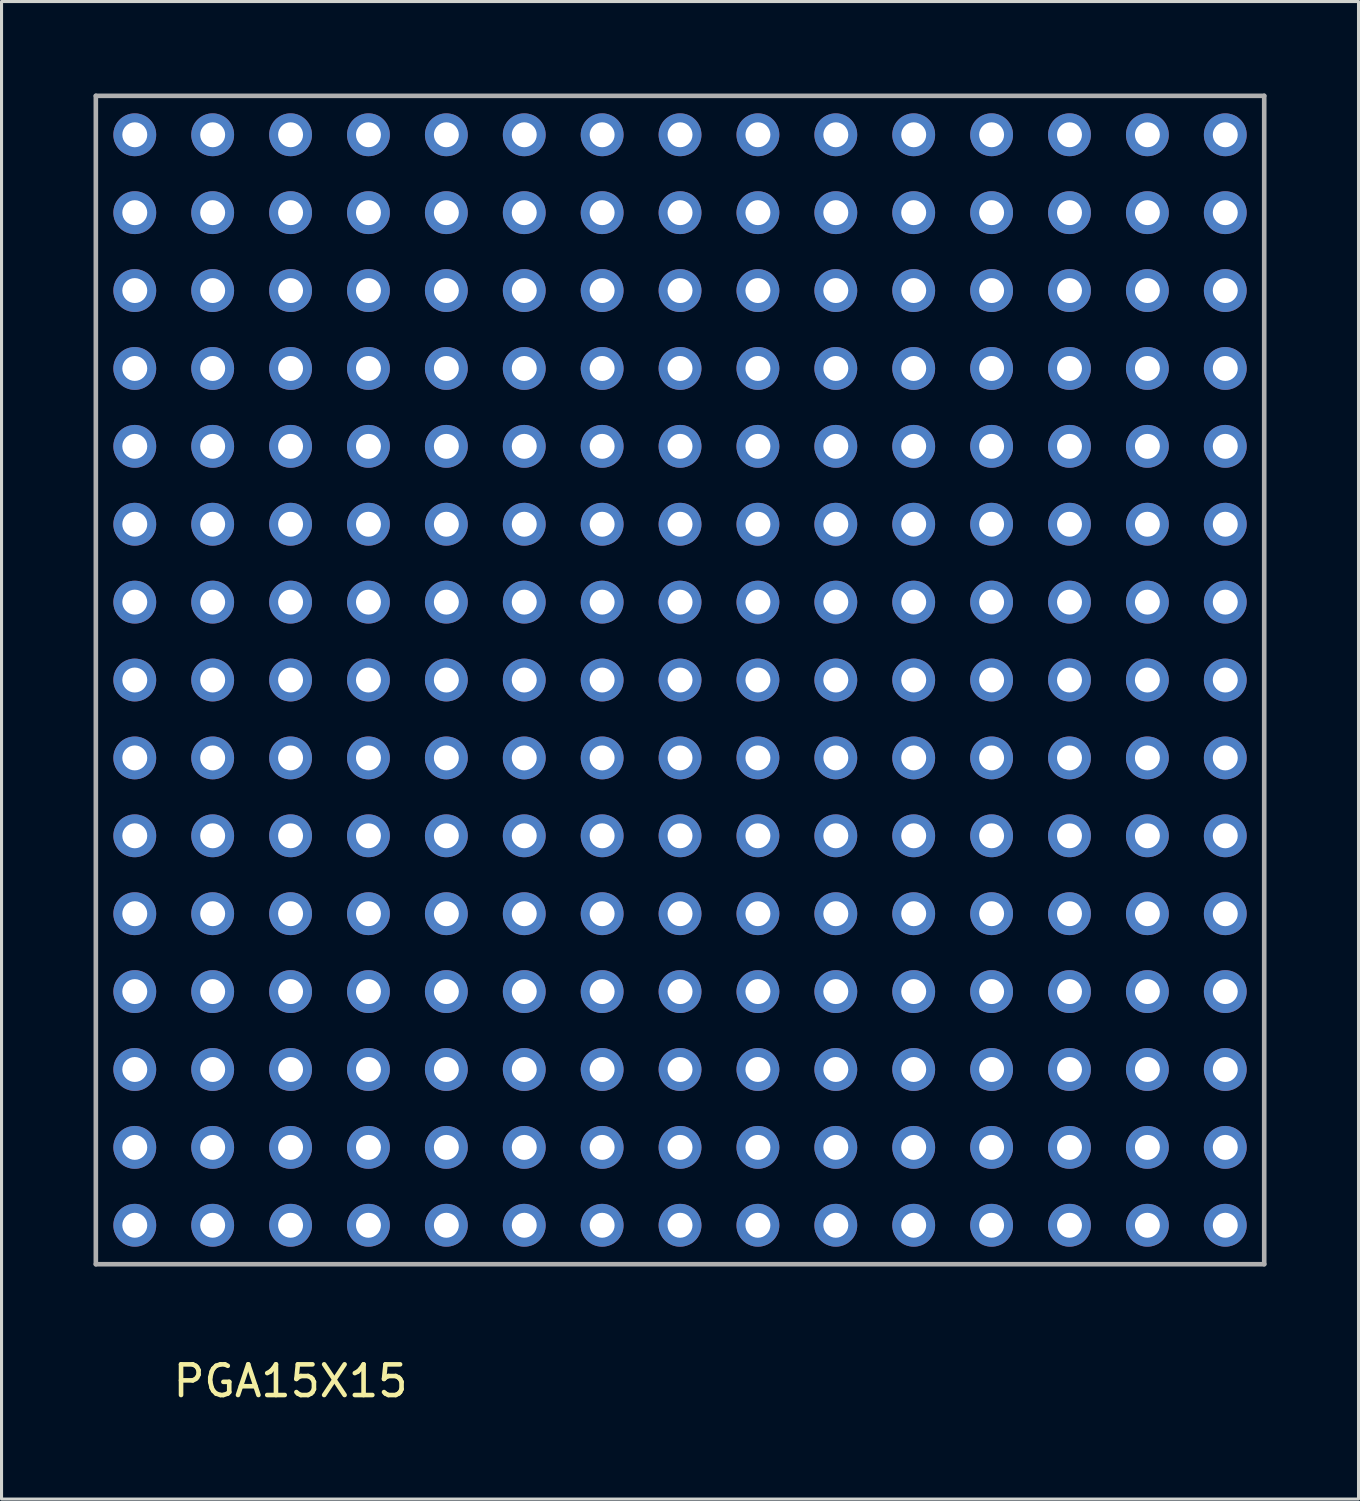
<source format=kicad_pcb>
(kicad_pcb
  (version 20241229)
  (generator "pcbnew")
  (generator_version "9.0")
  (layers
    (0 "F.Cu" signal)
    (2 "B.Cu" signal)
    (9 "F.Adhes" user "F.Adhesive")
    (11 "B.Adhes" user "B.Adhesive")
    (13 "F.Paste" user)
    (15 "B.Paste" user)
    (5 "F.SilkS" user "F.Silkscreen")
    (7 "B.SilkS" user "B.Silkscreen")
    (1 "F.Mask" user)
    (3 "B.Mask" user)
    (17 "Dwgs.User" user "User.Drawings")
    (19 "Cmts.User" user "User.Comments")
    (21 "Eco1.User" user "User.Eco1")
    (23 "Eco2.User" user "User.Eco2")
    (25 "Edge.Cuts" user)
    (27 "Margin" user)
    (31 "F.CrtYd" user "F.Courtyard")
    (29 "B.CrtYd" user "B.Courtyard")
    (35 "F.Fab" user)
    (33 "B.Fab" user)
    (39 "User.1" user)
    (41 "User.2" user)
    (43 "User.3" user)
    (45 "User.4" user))
  (footprint "PGA15X15"
    (layer "F.Cu")
    (at 19.125 19.125)
    (property "Reference" "PGA15X15" (at -12.7 22.86 0) (layer "F.SilkS") (effects (font (size 1 1) (thickness 0.15))))
    (attr through_hole)
    (fp_line (start -19.05 -19.05) (end -19.05 19.05) (stroke (width 0.15) (type solid)) (layer "F.Fab"))
    (fp_line (start -19.05 19.05) (end 19.05 19.05) (stroke (width 0.15) (type solid)) (layer "F.Fab"))
    (fp_line (start 19.05 -19.05) (end -19.05 -19.05) (stroke (width 0.15) (type solid)) (layer "F.Fab"))
    (fp_line (start 19.05 19.05) (end 19.05 -19.05) (stroke (width 0.15) (type solid)) (layer "F.Fab"))
    (pad "1" thru_hole circle (at -17.78 -17.78) (size 1.397 1.397) (drill 0.813) (layers "*.Cu" "*.Mask"))
    (pad "A2" thru_hole circle (at -15.24 -17.78) (size 1.397 1.397) (drill 0.813) (layers "*.Cu" "*.Mask"))
    (pad "A3" thru_hole circle (at -12.7 -17.78) (size 1.397 1.397) (drill 0.813) (layers "*.Cu" "*.Mask"))
    (pad "A4" thru_hole circle (at -10.16 -17.78) (size 1.397 1.397) (drill 0.813) (layers "*.Cu" "*.Mask"))
    (pad "A5" thru_hole circle (at -7.62 -17.78) (size 1.397 1.397) (drill 0.813) (layers "*.Cu" "*.Mask"))
    (pad "A6" thru_hole circle (at -5.08 -17.78) (size 1.397 1.397) (drill 0.813) (layers "*.Cu" "*.Mask"))
    (pad "A7" thru_hole circle (at -2.54 -17.78) (size 1.397 1.397) (drill 0.813) (layers "*.Cu" "*.Mask"))
    (pad "A8" thru_hole circle (at 0 -17.78) (size 1.397 1.397) (drill 0.813) (layers "*.Cu" "*.Mask"))
    (pad "A9" thru_hole circle (at 2.54 -17.78) (size 1.397 1.397) (drill 0.813) (layers "*.Cu" "*.Mask"))
    (pad "A10" thru_hole circle (at 5.08 -17.78) (size 1.397 1.397) (drill 0.813) (layers "*.Cu" "*.Mask"))
    (pad "A11" thru_hole circle (at 7.62 -17.78) (size 1.397 1.397) (drill 0.813) (layers "*.Cu" "*.Mask"))
    (pad "A12" thru_hole circle (at 10.16 -17.78) (size 1.397 1.397) (drill 0.813) (layers "*.Cu" "*.Mask"))
    (pad "A13" thru_hole circle (at 12.7 -17.78) (size 1.397 1.397) (drill 0.813) (layers "*.Cu" "*.Mask"))
    (pad "A14" thru_hole circle (at 15.24 -17.78) (size 1.397 1.397) (drill 0.813) (layers "*.Cu" "*.Mask"))
    (pad "A15" thru_hole circle (at 17.78 -17.78) (size 1.397 1.397) (drill 0.813) (layers "*.Cu" "*.Mask"))
    (pad "B1" thru_hole circle (at -17.78 -15.24) (size 1.397 1.397) (drill 0.813) (layers "*.Cu" "*.Mask"))
    (pad "B2" thru_hole circle (at -15.24 -15.24) (size 1.397 1.397) (drill 0.813) (layers "*.Cu" "*.Mask"))
    (pad "B3" thru_hole circle (at -12.7 -15.24) (size 1.397 1.397) (drill 0.813) (layers "*.Cu" "*.Mask"))
    (pad "B4" thru_hole circle (at -10.16 -15.24) (size 1.397 1.397) (drill 0.813) (layers "*.Cu" "*.Mask"))
    (pad "B5" thru_hole circle (at -7.62 -15.24) (size 1.397 1.397) (drill 0.813) (layers "*.Cu" "*.Mask"))
    (pad "B6" thru_hole circle (at -5.08 -15.24) (size 1.397 1.397) (drill 0.813) (layers "*.Cu" "*.Mask"))
    (pad "B7" thru_hole circle (at -2.54 -15.24) (size 1.397 1.397) (drill 0.813) (layers "*.Cu" "*.Mask"))
    (pad "B8" thru_hole circle (at 0 -15.24) (size 1.397 1.397) (drill 0.813) (layers "*.Cu" "*.Mask"))
    (pad "B9" thru_hole circle (at 2.54 -15.24) (size 1.397 1.397) (drill 0.813) (layers "*.Cu" "*.Mask"))
    (pad "B10" thru_hole circle (at 5.08 -15.24) (size 1.397 1.397) (drill 0.813) (layers "*.Cu" "*.Mask"))
    (pad "B11" thru_hole circle (at 7.62 -15.24) (size 1.397 1.397) (drill 0.813) (layers "*.Cu" "*.Mask"))
    (pad "B12" thru_hole circle (at 10.16 -15.24) (size 1.397 1.397) (drill 0.813) (layers "*.Cu" "*.Mask"))
    (pad "B13" thru_hole circle (at 12.7 -15.24) (size 1.397 1.397) (drill 0.813) (layers "*.Cu" "*.Mask"))
    (pad "B14" thru_hole circle (at 15.24 -15.24) (size 1.397 1.397) (drill 0.813) (layers "*.Cu" "*.Mask"))
    (pad "B15" thru_hole circle (at 17.78 -15.24) (size 1.397 1.397) (drill 0.813) (layers "*.Cu" "*.Mask"))
    (pad "C1" thru_hole circle (at -17.78 -12.7) (size 1.397 1.397) (drill 0.813) (layers "*.Cu" "*.Mask"))
    (pad "C2" thru_hole circle (at -15.24 -12.7) (size 1.397 1.397) (drill 0.813) (layers "*.Cu" "*.Mask"))
    (pad "C3" thru_hole circle (at -12.7 -12.7) (size 1.397 1.397) (drill 0.813) (layers "*.Cu" "*.Mask"))
    (pad "C4" thru_hole circle (at -10.16 -12.7) (size 1.397 1.397) (drill 0.813) (layers "*.Cu" "*.Mask"))
    (pad "C5" thru_hole circle (at -7.62 -12.7) (size 1.397 1.397) (drill 0.813) (layers "*.Cu" "*.Mask"))
    (pad "C6" thru_hole circle (at -5.08 -12.7) (size 1.397 1.397) (drill 0.813) (layers "*.Cu" "*.Mask"))
    (pad "C7" thru_hole circle (at -2.54 -12.7) (size 1.397 1.397) (drill 0.813) (layers "*.Cu" "*.Mask"))
    (pad "C8" thru_hole circle (at 0 -12.7) (size 1.397 1.397) (drill 0.813) (layers "*.Cu" "*.Mask"))
    (pad "C9" thru_hole circle (at 2.54 -12.7) (size 1.397 1.397) (drill 0.813) (layers "*.Cu" "*.Mask"))
    (pad "C10" thru_hole circle (at 5.08 -12.7) (size 1.397 1.397) (drill 0.813) (layers "*.Cu" "*.Mask"))
    (pad "C11" thru_hole circle (at 7.62 -12.7) (size 1.397 1.397) (drill 0.813) (layers "*.Cu" "*.Mask"))
    (pad "C12" thru_hole circle (at 10.16 -12.7) (size 1.397 1.397) (drill 0.813) (layers "*.Cu" "*.Mask"))
    (pad "C13" thru_hole circle (at 12.7 -12.7) (size 1.397 1.397) (drill 0.813) (layers "*.Cu" "*.Mask"))
    (pad "C14" thru_hole circle (at 15.24 -12.7) (size 1.397 1.397) (drill 0.813) (layers "*.Cu" "*.Mask"))
    (pad "C15" thru_hole circle (at 17.78 -12.7) (size 1.397 1.397) (drill 0.813) (layers "*.Cu" "*.Mask"))
    (pad "D1" thru_hole circle (at -17.78 -10.16) (size 1.397 1.397) (drill 0.813) (layers "*.Cu" "*.Mask"))
    (pad "D2" thru_hole circle (at -15.24 -10.16) (size 1.397 1.397) (drill 0.813) (layers "*.Cu" "*.Mask"))
    (pad "D3" thru_hole circle (at -12.7 -10.16) (size 1.397 1.397) (drill 0.813) (layers "*.Cu" "*.Mask"))
    (pad "D4" thru_hole circle (at -10.16 -10.16) (size 1.397 1.397) (drill 0.813) (layers "*.Cu" "*.Mask"))
    (pad "D5" thru_hole circle (at -7.62 -10.16) (size 1.397 1.397) (drill 0.813) (layers "*.Cu" "*.Mask"))
    (pad "D6" thru_hole circle (at -5.08 -10.16) (size 1.397 1.397) (drill 0.813) (layers "*.Cu" "*.Mask"))
    (pad "D7" thru_hole circle (at -2.54 -10.16) (size 1.397 1.397) (drill 0.813) (layers "*.Cu" "*.Mask"))
    (pad "D8" thru_hole circle (at 0 -10.16) (size 1.397 1.397) (drill 0.813) (layers "*.Cu" "*.Mask"))
    (pad "D9" thru_hole circle (at 2.54 -10.16) (size 1.397 1.397) (drill 0.813) (layers "*.Cu" "*.Mask"))
    (pad "D10" thru_hole circle (at 5.08 -10.16) (size 1.397 1.397) (drill 0.813) (layers "*.Cu" "*.Mask"))
    (pad "D11" thru_hole circle (at 7.62 -10.16) (size 1.397 1.397) (drill 0.813) (layers "*.Cu" "*.Mask"))
    (pad "D12" thru_hole circle (at 10.16 -10.16) (size 1.397 1.397) (drill 0.813) (layers "*.Cu" "*.Mask"))
    (pad "D13" thru_hole circle (at 12.7 -10.16) (size 1.397 1.397) (drill 0.813) (layers "*.Cu" "*.Mask"))
    (pad "D14" thru_hole circle (at 15.24 -10.16) (size 1.397 1.397) (drill 0.813) (layers "*.Cu" "*.Mask"))
    (pad "D15" thru_hole circle (at 17.78 -10.16) (size 1.397 1.397) (drill 0.813) (layers "*.Cu" "*.Mask"))
    (pad "E1" thru_hole circle (at -17.78 -7.62) (size 1.397 1.397) (drill 0.813) (layers "*.Cu" "*.Mask"))
    (pad "E2" thru_hole circle (at -15.24 -7.62) (size 1.397 1.397) (drill 0.813) (layers "*.Cu" "*.Mask"))
    (pad "E3" thru_hole circle (at -12.7 -7.62) (size 1.397 1.397) (drill 0.813) (layers "*.Cu" "*.Mask"))
    (pad "E4" thru_hole circle (at -10.16 -7.62) (size 1.397 1.397) (drill 0.813) (layers "*.Cu" "*.Mask"))
    (pad "E5" thru_hole circle (at -7.62 -7.62) (size 1.397 1.397) (drill 0.813) (layers "*.Cu" "*.Mask"))
    (pad "E6" thru_hole circle (at -5.08 -7.62) (size 1.397 1.397) (drill 0.813) (layers "*.Cu" "*.Mask"))
    (pad "E7" thru_hole circle (at -2.54 -7.62) (size 1.397 1.397) (drill 0.813) (layers "*.Cu" "*.Mask"))
    (pad "E8" thru_hole circle (at 0 -7.62) (size 1.397 1.397) (drill 0.813) (layers "*.Cu" "*.Mask"))
    (pad "E9" thru_hole circle (at 2.54 -7.62) (size 1.397 1.397) (drill 0.813) (layers "*.Cu" "*.Mask"))
    (pad "E10" thru_hole circle (at 5.08 -7.62) (size 1.397 1.397) (drill 0.813) (layers "*.Cu" "*.Mask"))
    (pad "E11" thru_hole circle (at 7.62 -7.62) (size 1.397 1.397) (drill 0.813) (layers "*.Cu" "*.Mask"))
    (pad "E12" thru_hole circle (at 10.16 -7.62) (size 1.397 1.397) (drill 0.813) (layers "*.Cu" "*.Mask"))
    (pad "E13" thru_hole circle (at 12.7 -7.62) (size 1.397 1.397) (drill 0.813) (layers "*.Cu" "*.Mask"))
    (pad "E14" thru_hole circle (at 15.24 -7.62) (size 1.397 1.397) (drill 0.813) (layers "*.Cu" "*.Mask"))
    (pad "E15" thru_hole circle (at 17.78 -7.62) (size 1.397 1.397) (drill 0.813) (layers "*.Cu" "*.Mask"))
    (pad "F1" thru_hole circle (at -17.78 -5.08) (size 1.397 1.397) (drill 0.813) (layers "*.Cu" "*.Mask"))
    (pad "F2" thru_hole circle (at -15.24 -5.08) (size 1.397 1.397) (drill 0.813) (layers "*.Cu" "*.Mask"))
    (pad "F3" thru_hole circle (at -12.7 -5.08) (size 1.397 1.397) (drill 0.813) (layers "*.Cu" "*.Mask"))
    (pad "F4" thru_hole circle (at -10.16 -5.08) (size 1.397 1.397) (drill 0.813) (layers "*.Cu" "*.Mask"))
    (pad "F5" thru_hole circle (at -7.62 -5.08) (size 1.397 1.397) (drill 0.813) (layers "*.Cu" "*.Mask"))
    (pad "F6" thru_hole circle (at -5.08 -5.08) (size 1.397 1.397) (drill 0.813) (layers "*.Cu" "*.Mask"))
    (pad "F7" thru_hole circle (at -2.54 -5.08) (size 1.397 1.397) (drill 0.813) (layers "*.Cu" "*.Mask"))
    (pad "F8" thru_hole circle (at 0 -5.08) (size 1.397 1.397) (drill 0.813) (layers "*.Cu" "*.Mask"))
    (pad "F9" thru_hole circle (at 2.54 -5.08) (size 1.397 1.397) (drill 0.813) (layers "*.Cu" "*.Mask"))
    (pad "F10" thru_hole circle (at 5.08 -5.08) (size 1.397 1.397) (drill 0.813) (layers "*.Cu" "*.Mask"))
    (pad "F11" thru_hole circle (at 7.62 -5.08) (size 1.397 1.397) (drill 0.813) (layers "*.Cu" "*.Mask"))
    (pad "F12" thru_hole circle (at 10.16 -5.08) (size 1.397 1.397) (drill 0.813) (layers "*.Cu" "*.Mask"))
    (pad "F13" thru_hole circle (at 12.7 -5.08) (size 1.397 1.397) (drill 0.813) (layers "*.Cu" "*.Mask"))
    (pad "F14" thru_hole circle (at 15.24 -5.08) (size 1.397 1.397) (drill 0.813) (layers "*.Cu" "*.Mask"))
    (pad "F15" thru_hole circle (at 17.78 -5.08) (size 1.397 1.397) (drill 0.813) (layers "*.Cu" "*.Mask"))
    (pad "G1" thru_hole circle (at -17.78 -2.54) (size 1.397 1.397) (drill 0.813) (layers "*.Cu" "*.Mask"))
    (pad "G2" thru_hole circle (at -15.24 -2.54) (size 1.397 1.397) (drill 0.813) (layers "*.Cu" "*.Mask"))
    (pad "G3" thru_hole circle (at -12.7 -2.54) (size 1.397 1.397) (drill 0.813) (layers "*.Cu" "*.Mask"))
    (pad "G4" thru_hole circle (at -10.16 -2.54) (size 1.397 1.397) (drill 0.813) (layers "*.Cu" "*.Mask"))
    (pad "G5" thru_hole circle (at -7.62 -2.54) (size 1.397 1.397) (drill 0.813) (layers "*.Cu" "*.Mask"))
    (pad "G6" thru_hole circle (at -5.08 -2.54) (size 1.397 1.397) (drill 0.813) (layers "*.Cu" "*.Mask"))
    (pad "G7" thru_hole circle (at -2.54 -2.54) (size 1.397 1.397) (drill 0.813) (layers "*.Cu" "*.Mask"))
    (pad "G8" thru_hole circle (at 0 -2.54) (size 1.397 1.397) (drill 0.813) (layers "*.Cu" "*.Mask"))
    (pad "G9" thru_hole circle (at 2.54 -2.54) (size 1.397 1.397) (drill 0.813) (layers "*.Cu" "*.Mask"))
    (pad "G10" thru_hole circle (at 5.08 -2.54) (size 1.397 1.397) (drill 0.813) (layers "*.Cu" "*.Mask"))
    (pad "G11" thru_hole circle (at 7.62 -2.54) (size 1.397 1.397) (drill 0.813) (layers "*.Cu" "*.Mask"))
    (pad "G12" thru_hole circle (at 10.16 -2.54) (size 1.397 1.397) (drill 0.813) (layers "*.Cu" "*.Mask"))
    (pad "G13" thru_hole circle (at 12.7 -2.54) (size 1.397 1.397) (drill 0.813) (layers "*.Cu" "*.Mask"))
    (pad "G14" thru_hole circle (at 15.24 -2.54) (size 1.397 1.397) (drill 0.813) (layers "*.Cu" "*.Mask"))
    (pad "G15" thru_hole circle (at 17.78 -2.54) (size 1.397 1.397) (drill 0.813) (layers "*.Cu" "*.Mask"))
    (pad "H1" thru_hole circle (at -17.78 0) (size 1.397 1.397) (drill 0.813) (layers "*.Cu" "*.Mask"))
    (pad "H2" thru_hole circle (at -15.24 0) (size 1.397 1.397) (drill 0.813) (layers "*.Cu" "*.Mask"))
    (pad "H3" thru_hole circle (at -12.7 0) (size 1.397 1.397) (drill 0.813) (layers "*.Cu" "*.Mask"))
    (pad "H4" thru_hole circle (at -10.16 0) (size 1.397 1.397) (drill 0.813) (layers "*.Cu" "*.Mask"))
    (pad "H5" thru_hole circle (at -7.62 0) (size 1.397 1.397) (drill 0.813) (layers "*.Cu" "*.Mask"))
    (pad "H6" thru_hole circle (at -5.08 0) (size 1.397 1.397) (drill 0.813) (layers "*.Cu" "*.Mask"))
    (pad "H7" thru_hole circle (at -2.54 0) (size 1.397 1.397) (drill 0.813) (layers "*.Cu" "*.Mask"))
    (pad "H8" thru_hole circle (at 0 0) (size 1.397 1.397) (drill 0.813) (layers "*.Cu" "*.Mask"))
    (pad "H9" thru_hole circle (at 2.54 0) (size 1.397 1.397) (drill 0.813) (layers "*.Cu" "*.Mask"))
    (pad "H10" thru_hole circle (at 5.08 0) (size 1.397 1.397) (drill 0.813) (layers "*.Cu" "*.Mask"))
    (pad "H11" thru_hole circle (at 7.62 0) (size 1.397 1.397) (drill 0.813) (layers "*.Cu" "*.Mask"))
    (pad "H12" thru_hole circle (at 10.16 0) (size 1.397 1.397) (drill 0.813) (layers "*.Cu" "*.Mask"))
    (pad "H13" thru_hole circle (at 12.7 0) (size 1.397 1.397) (drill 0.813) (layers "*.Cu" "*.Mask"))
    (pad "H14" thru_hole circle (at 15.24 0) (size 1.397 1.397) (drill 0.813) (layers "*.Cu" "*.Mask"))
    (pad "H15" thru_hole circle (at 17.78 0) (size 1.397 1.397) (drill 0.813) (layers "*.Cu" "*.Mask"))
    (pad "J1" thru_hole circle (at -17.78 2.54) (size 1.397 1.397) (drill 0.813) (layers "*.Cu" "*.Mask"))
    (pad "J2" thru_hole circle (at -15.24 2.54) (size 1.397 1.397) (drill 0.813) (layers "*.Cu" "*.Mask"))
    (pad "J3" thru_hole circle (at -12.7 2.54) (size 1.397 1.397) (drill 0.813) (layers "*.Cu" "*.Mask"))
    (pad "J4" thru_hole circle (at -10.16 2.54) (size 1.397 1.397) (drill 0.813) (layers "*.Cu" "*.Mask"))
    (pad "J5" thru_hole circle (at -7.62 2.54) (size 1.397 1.397) (drill 0.813) (layers "*.Cu" "*.Mask"))
    (pad "J6" thru_hole circle (at -5.08 2.54) (size 1.397 1.397) (drill 0.813) (layers "*.Cu" "*.Mask"))
    (pad "J7" thru_hole circle (at -2.54 2.54) (size 1.397 1.397) (drill 0.813) (layers "*.Cu" "*.Mask"))
    (pad "J8" thru_hole circle (at 0 2.54) (size 1.397 1.397) (drill 0.813) (layers "*.Cu" "*.Mask"))
    (pad "J9" thru_hole circle (at 2.54 2.54) (size 1.397 1.397) (drill 0.813) (layers "*.Cu" "*.Mask"))
    (pad "J10" thru_hole circle (at 5.08 2.54) (size 1.397 1.397) (drill 0.813) (layers "*.Cu" "*.Mask"))
    (pad "J11" thru_hole circle (at 7.62 2.54) (size 1.397 1.397) (drill 0.813) (layers "*.Cu" "*.Mask"))
    (pad "J12" thru_hole circle (at 10.16 2.54) (size 1.397 1.397) (drill 0.813) (layers "*.Cu" "*.Mask"))
    (pad "J13" thru_hole circle (at 12.7 2.54) (size 1.397 1.397) (drill 0.813) (layers "*.Cu" "*.Mask"))
    (pad "J14" thru_hole circle (at 15.24 2.54) (size 1.397 1.397) (drill 0.813) (layers "*.Cu" "*.Mask"))
    (pad "J15" thru_hole circle (at 17.78 2.54) (size 1.397 1.397) (drill 0.813) (layers "*.Cu" "*.Mask"))
    (pad "K1" thru_hole circle (at -17.78 5.08) (size 1.397 1.397) (drill 0.813) (layers "*.Cu" "*.Mask"))
    (pad "K2" thru_hole circle (at -15.24 5.08) (size 1.397 1.397) (drill 0.813) (layers "*.Cu" "*.Mask"))
    (pad "K3" thru_hole circle (at -12.7 5.08) (size 1.397 1.397) (drill 0.813) (layers "*.Cu" "*.Mask"))
    (pad "K4" thru_hole circle (at -10.16 5.08) (size 1.397 1.397) (drill 0.813) (layers "*.Cu" "*.Mask"))
    (pad "K5" thru_hole circle (at -7.62 5.08) (size 1.397 1.397) (drill 0.813) (layers "*.Cu" "*.Mask"))
    (pad "K6" thru_hole circle (at -5.08 5.08) (size 1.397 1.397) (drill 0.813) (layers "*.Cu" "*.Mask"))
    (pad "K7" thru_hole circle (at -2.54 5.08) (size 1.397 1.397) (drill 0.813) (layers "*.Cu" "*.Mask"))
    (pad "K8" thru_hole circle (at 0 5.08) (size 1.397 1.397) (drill 0.813) (layers "*.Cu" "*.Mask"))
    (pad "K9" thru_hole circle (at 2.54 5.08) (size 1.397 1.397) (drill 0.813) (layers "*.Cu" "*.Mask"))
    (pad "K10" thru_hole circle (at 5.08 5.08) (size 1.397 1.397) (drill 0.813) (layers "*.Cu" "*.Mask"))
    (pad "K11" thru_hole circle (at 7.62 5.08) (size 1.397 1.397) (drill 0.813) (layers "*.Cu" "*.Mask"))
    (pad "K12" thru_hole circle (at 10.16 5.08) (size 1.397 1.397) (drill 0.813) (layers "*.Cu" "*.Mask"))
    (pad "K13" thru_hole circle (at 12.7 5.08) (size 1.397 1.397) (drill 0.813) (layers "*.Cu" "*.Mask"))
    (pad "K14" thru_hole circle (at 15.24 5.08) (size 1.397 1.397) (drill 0.813) (layers "*.Cu" "*.Mask"))
    (pad "K15" thru_hole circle (at 17.78 5.08) (size 1.397 1.397) (drill 0.813) (layers "*.Cu" "*.Mask"))
    (pad "L1" thru_hole circle (at -17.78 7.62) (size 1.397 1.397) (drill 0.813) (layers "*.Cu" "*.Mask"))
    (pad "L2" thru_hole circle (at -15.24 7.62) (size 1.397 1.397) (drill 0.813) (layers "*.Cu" "*.Mask"))
    (pad "L3" thru_hole circle (at -12.7 7.62) (size 1.397 1.397) (drill 0.813) (layers "*.Cu" "*.Mask"))
    (pad "L4" thru_hole circle (at -10.16 7.62) (size 1.397 1.397) (drill 0.813) (layers "*.Cu" "*.Mask"))
    (pad "L5" thru_hole circle (at -7.62 7.62) (size 1.397 1.397) (drill 0.813) (layers "*.Cu" "*.Mask"))
    (pad "L6" thru_hole circle (at -5.08 7.62) (size 1.397 1.397) (drill 0.813) (layers "*.Cu" "*.Mask"))
    (pad "L7" thru_hole circle (at -2.54 7.62) (size 1.397 1.397) (drill 0.813) (layers "*.Cu" "*.Mask"))
    (pad "L8" thru_hole circle (at 0 7.62) (size 1.397 1.397) (drill 0.813) (layers "*.Cu" "*.Mask"))
    (pad "L9" thru_hole circle (at 2.54 7.62) (size 1.397 1.397) (drill 0.813) (layers "*.Cu" "*.Mask"))
    (pad "L10" thru_hole circle (at 5.08 7.62) (size 1.397 1.397) (drill 0.813) (layers "*.Cu" "*.Mask"))
    (pad "L11" thru_hole circle (at 7.62 7.62) (size 1.397 1.397) (drill 0.813) (layers "*.Cu" "*.Mask"))
    (pad "L12" thru_hole circle (at 10.16 7.62) (size 1.397 1.397) (drill 0.813) (layers "*.Cu" "*.Mask"))
    (pad "L13" thru_hole circle (at 12.7 7.62) (size 1.397 1.397) (drill 0.813) (layers "*.Cu" "*.Mask"))
    (pad "L14" thru_hole circle (at 15.24 7.62) (size 1.397 1.397) (drill 0.813) (layers "*.Cu" "*.Mask"))
    (pad "L15" thru_hole circle (at 17.78 7.62) (size 1.397 1.397) (drill 0.813) (layers "*.Cu" "*.Mask"))
    (pad "M1" thru_hole circle (at -17.78 10.16) (size 1.397 1.397) (drill 0.813) (layers "*.Cu" "*.Mask"))
    (pad "M2" thru_hole circle (at -15.24 10.16) (size 1.397 1.397) (drill 0.813) (layers "*.Cu" "*.Mask"))
    (pad "M3" thru_hole circle (at -12.7 10.16) (size 1.397 1.397) (drill 0.813) (layers "*.Cu" "*.Mask"))
    (pad "M4" thru_hole circle (at -10.16 10.16) (size 1.397 1.397) (drill 0.813) (layers "*.Cu" "*.Mask"))
    (pad "M5" thru_hole circle (at -7.62 10.16) (size 1.397 1.397) (drill 0.813) (layers "*.Cu" "*.Mask"))
    (pad "M6" thru_hole circle (at -5.08 10.16) (size 1.397 1.397) (drill 0.813) (layers "*.Cu" "*.Mask"))
    (pad "M7" thru_hole circle (at -2.54 10.16) (size 1.397 1.397) (drill 0.813) (layers "*.Cu" "*.Mask"))
    (pad "M8" thru_hole circle (at 0 10.16) (size 1.397 1.397) (drill 0.813) (layers "*.Cu" "*.Mask"))
    (pad "M9" thru_hole circle (at 2.54 10.16) (size 1.397 1.397) (drill 0.813) (layers "*.Cu" "*.Mask"))
    (pad "M10" thru_hole circle (at 5.08 10.16) (size 1.397 1.397) (drill 0.813) (layers "*.Cu" "*.Mask"))
    (pad "M11" thru_hole circle (at 7.62 10.16) (size 1.397 1.397) (drill 0.813) (layers "*.Cu" "*.Mask"))
    (pad "M12" thru_hole circle (at 10.16 10.16) (size 1.397 1.397) (drill 0.813) (layers "*.Cu" "*.Mask"))
    (pad "M13" thru_hole circle (at 12.7 10.16) (size 1.397 1.397) (drill 0.813) (layers "*.Cu" "*.Mask"))
    (pad "M14" thru_hole circle (at 15.24 10.16) (size 1.397 1.397) (drill 0.813) (layers "*.Cu" "*.Mask"))
    (pad "M15" thru_hole circle (at 17.78 10.16) (size 1.397 1.397) (drill 0.813) (layers "*.Cu" "*.Mask"))
    (pad "N1" thru_hole circle (at -17.78 12.7) (size 1.397 1.397) (drill 0.813) (layers "*.Cu" "*.Mask"))
    (pad "N2" thru_hole circle (at -15.24 12.7) (size 1.397 1.397) (drill 0.813) (layers "*.Cu" "*.Mask"))
    (pad "N3" thru_hole circle (at -12.7 12.7) (size 1.397 1.397) (drill 0.813) (layers "*.Cu" "*.Mask"))
    (pad "N4" thru_hole circle (at -10.16 12.7) (size 1.397 1.397) (drill 0.813) (layers "*.Cu" "*.Mask"))
    (pad "N5" thru_hole circle (at -7.62 12.7) (size 1.397 1.397) (drill 0.813) (layers "*.Cu" "*.Mask"))
    (pad "N6" thru_hole circle (at -5.08 12.7) (size 1.397 1.397) (drill 0.813) (layers "*.Cu" "*.Mask"))
    (pad "N7" thru_hole circle (at -2.54 12.7) (size 1.397 1.397) (drill 0.813) (layers "*.Cu" "*.Mask"))
    (pad "N8" thru_hole circle (at 0 12.7) (size 1.397 1.397) (drill 0.813) (layers "*.Cu" "*.Mask"))
    (pad "N9" thru_hole circle (at 2.54 12.7) (size 1.397 1.397) (drill 0.813) (layers "*.Cu" "*.Mask"))
    (pad "N10" thru_hole circle (at 5.08 12.7) (size 1.397 1.397) (drill 0.813) (layers "*.Cu" "*.Mask"))
    (pad "N11" thru_hole circle (at 7.62 12.7) (size 1.397 1.397) (drill 0.813) (layers "*.Cu" "*.Mask"))
    (pad "N12" thru_hole circle (at 10.16 12.7) (size 1.397 1.397) (drill 0.813) (layers "*.Cu" "*.Mask"))
    (pad "N13" thru_hole circle (at 12.7 12.7) (size 1.397 1.397) (drill 0.813) (layers "*.Cu" "*.Mask"))
    (pad "N14" thru_hole circle (at 15.24 12.7) (size 1.397 1.397) (drill 0.813) (layers "*.Cu" "*.Mask"))
    (pad "N15" thru_hole circle (at 17.78 12.7) (size 1.397 1.397) (drill 0.813) (layers "*.Cu" "*.Mask"))
    (pad "P1" thru_hole circle (at -17.78 15.24) (size 1.397 1.397) (drill 0.813) (layers "*.Cu" "*.Mask"))
    (pad "P2" thru_hole circle (at -15.24 15.24) (size 1.397 1.397) (drill 0.813) (layers "*.Cu" "*.Mask"))
    (pad "P3" thru_hole circle (at -12.7 15.24) (size 1.397 1.397) (drill 0.813) (layers "*.Cu" "*.Mask"))
    (pad "P4" thru_hole circle (at -10.16 15.24) (size 1.397 1.397) (drill 0.813) (layers "*.Cu" "*.Mask"))
    (pad "P5" thru_hole circle (at -7.62 15.24) (size 1.397 1.397) (drill 0.813) (layers "*.Cu" "*.Mask"))
    (pad "P6" thru_hole circle (at -5.08 15.24) (size 1.397 1.397) (drill 0.813) (layers "*.Cu" "*.Mask"))
    (pad "P7" thru_hole circle (at -2.54 15.24) (size 1.397 1.397) (drill 0.813) (layers "*.Cu" "*.Mask"))
    (pad "P8" thru_hole circle (at 0 15.24) (size 1.397 1.397) (drill 0.813) (layers "*.Cu" "*.Mask"))
    (pad "P9" thru_hole circle (at 2.54 15.24) (size 1.397 1.397) (drill 0.813) (layers "*.Cu" "*.Mask"))
    (pad "P10" thru_hole circle (at 5.08 15.24) (size 1.397 1.397) (drill 0.813) (layers "*.Cu" "*.Mask"))
    (pad "P11" thru_hole circle (at 7.62 15.24) (size 1.397 1.397) (drill 0.813) (layers "*.Cu" "*.Mask"))
    (pad "P12" thru_hole circle (at 10.16 15.24) (size 1.397 1.397) (drill 0.813) (layers "*.Cu" "*.Mask"))
    (pad "P13" thru_hole circle (at 12.7 15.24) (size 1.397 1.397) (drill 0.813) (layers "*.Cu" "*.Mask"))
    (pad "P14" thru_hole circle (at 15.24 15.24) (size 1.397 1.397) (drill 0.813) (layers "*.Cu" "*.Mask"))
    (pad "P15" thru_hole circle (at 17.78 15.24) (size 1.397 1.397) (drill 0.813) (layers "*.Cu" "*.Mask"))
    (pad "Q1" thru_hole circle (at -17.78 17.78) (size 1.397 1.397) (drill 0.813) (layers "*.Cu" "*.Mask"))
    (pad "Q2" thru_hole circle (at -15.24 17.78) (size 1.397 1.397) (drill 0.813) (layers "*.Cu" "*.Mask"))
    (pad "Q3" thru_hole circle (at -12.7 17.78) (size 1.397 1.397) (drill 0.813) (layers "*.Cu" "*.Mask"))
    (pad "Q4" thru_hole circle (at -10.16 17.78) (size 1.397 1.397) (drill 0.813) (layers "*.Cu" "*.Mask"))
    (pad "Q5" thru_hole circle (at -7.62 17.78) (size 1.397 1.397) (drill 0.813) (layers "*.Cu" "*.Mask"))
    (pad "Q6" thru_hole circle (at -5.08 17.78) (size 1.397 1.397) (drill 0.813) (layers "*.Cu" "*.Mask"))
    (pad "Q7" thru_hole circle (at -2.54 17.78) (size 1.397 1.397) (drill 0.813) (layers "*.Cu" "*.Mask"))
    (pad "Q8" thru_hole circle (at 0 17.78) (size 1.397 1.397) (drill 0.813) (layers "*.Cu" "*.Mask"))
    (pad "Q9" thru_hole circle (at 2.54 17.78) (size 1.397 1.397) (drill 0.813) (layers "*.Cu" "*.Mask"))
    (pad "Q10" thru_hole circle (at 5.08 17.78) (size 1.397 1.397) (drill 0.813) (layers "*.Cu" "*.Mask"))
    (pad "Q11" thru_hole circle (at 7.62 17.78) (size 1.397 1.397) (drill 0.813) (layers "*.Cu" "*.Mask"))
    (pad "Q12" thru_hole circle (at 10.16 17.78) (size 1.397 1.397) (drill 0.813) (layers "*.Cu" "*.Mask"))
    (pad "Q13" thru_hole circle (at 12.7 17.78) (size 1.397 1.397) (drill 0.813) (layers "*.Cu" "*.Mask"))
    (pad "Q14" thru_hole circle (at 15.24 17.78) (size 1.397 1.397) (drill 0.813) (layers "*.Cu" "*.Mask"))
    (pad "Q15" thru_hole circle (at 17.78 17.78) (size 1.397 1.397) (drill 0.813) (layers "*.Cu" "*.Mask")))
  (gr_rect
    (start -3 -3)
    (end 41.25 45.833)
    (stroke (width 0.1) (type default))
    (fill no)
    (layer "Edge.Cuts")))
</source>
